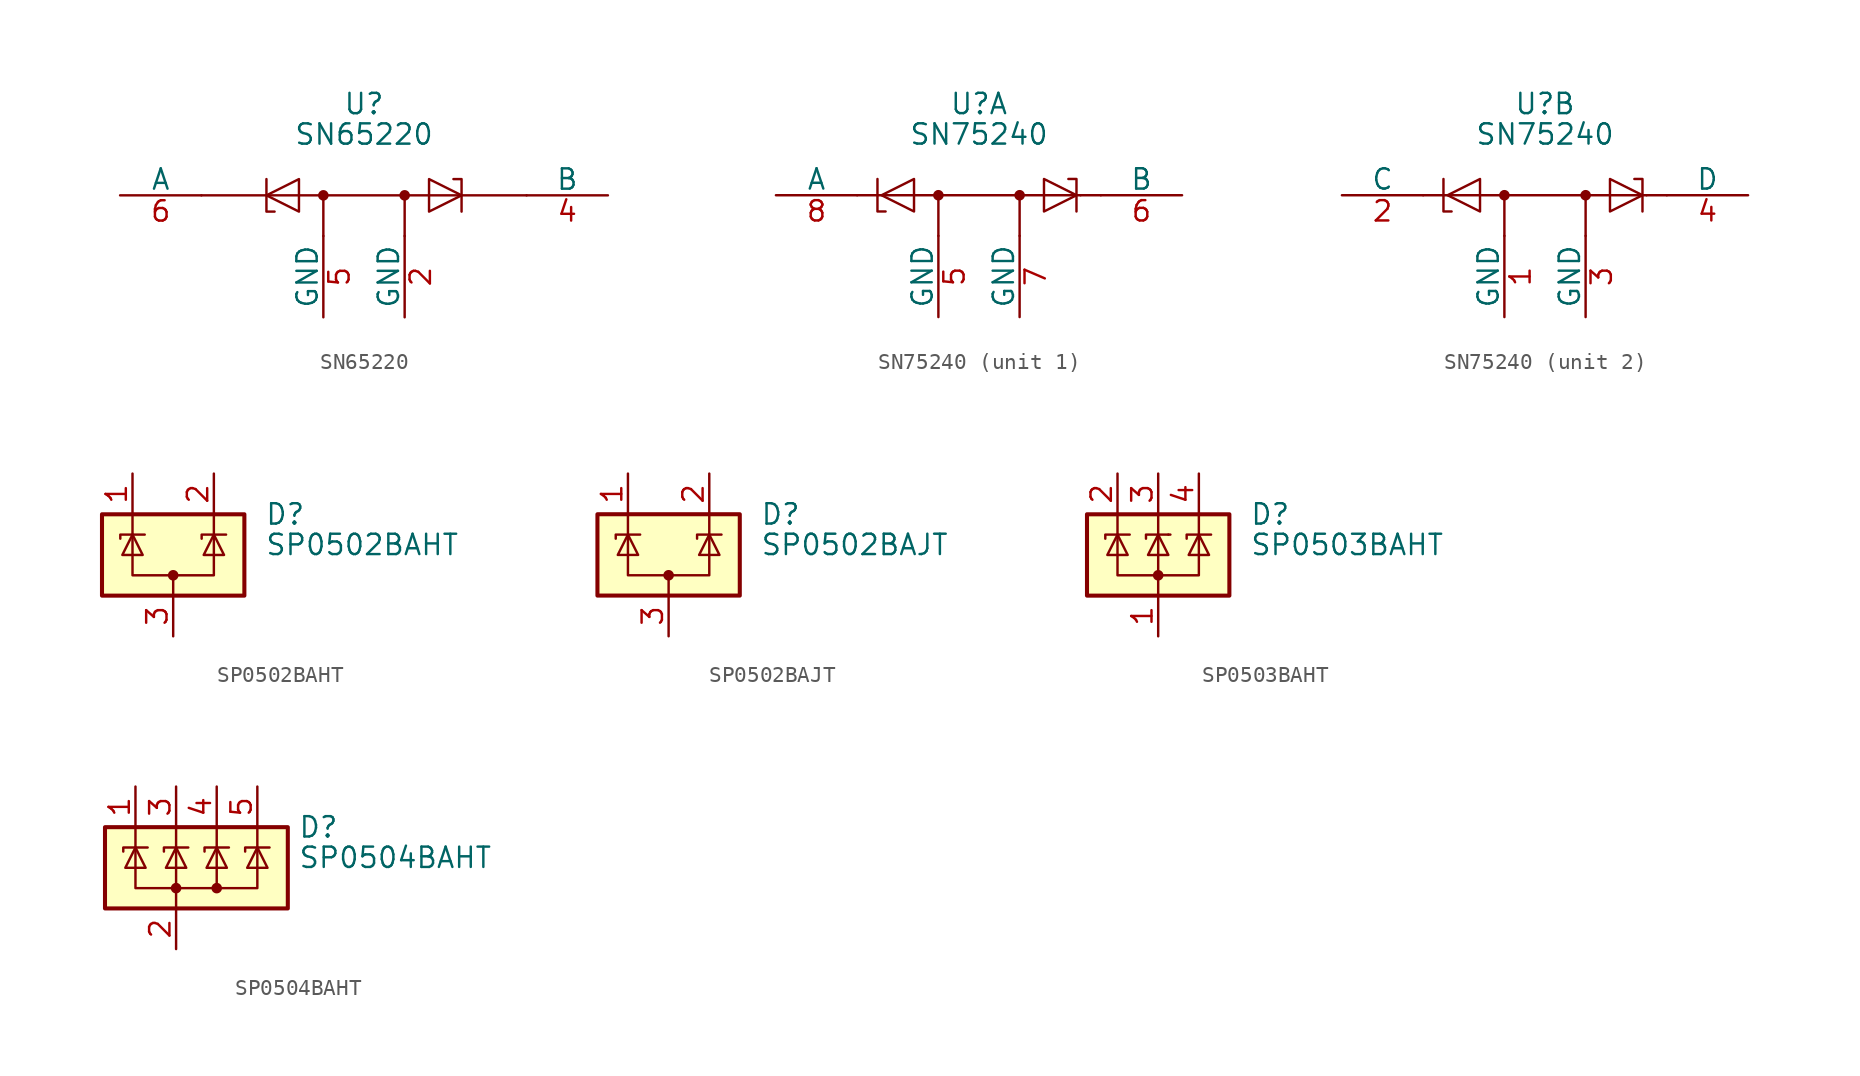
<source format=kicad_sym>
(kicad_symbol_lib
  (version 20201005)
  (generator kicad_symbol_editor)
  (symbol "Power_Protection:SN65220"
    (pin_names
      (offset 0))
    (property "Reference" "U"
      (at 0 5.715 0)
      (effects (font (size 1.27 1.27))))
    (property "Value" "SN65220"
      (at 0 3.81 0)
      (effects (font (size 1.27 1.27))))
    (symbol "SN65220_0_1"
      (circle (center -2.54 0) (radius 0.254) (stroke (width 0)) (fill (type outline)))
      (circle (center 2.54 0) (radius 0.254) (stroke (width 0)) (fill (type outline)))
      (polyline (pts (xy -2.54 -2.54) (xy -2.54 0)) (stroke (width 0)) (fill (type none)))
      (polyline (pts (xy 2.54 -2.54) (xy 2.54 0)) (stroke (width 0)) (fill (type none)))
      (polyline (pts (xy 10.16 0) (xy -10.16 0)) (stroke (width 0)) (fill (type none)))
      (polyline (pts (xy -5.588 -1.016) (xy -6.096 -1.016) (xy -6.096 1.016)) (stroke (width 0)) (fill (type none)))
      (polyline (pts (xy 5.588 1.016) (xy 6.096 1.016) (xy 6.096 -1.016)) (stroke (width 0)) (fill (type none)))
      (polyline (pts (xy -6.096 0) (xy -4.064 1.016) (xy -4.064 -1.016) (xy -6.096 0)) (stroke (width 0)) (fill (type none)))
      (polyline (pts (xy 6.096 0) (xy 4.064 1.016) (xy 4.064 -1.016) (xy 6.096 0)) (stroke (width 0)) (fill (type none))))
    (symbol "SN65220_1_1"
      (pin no_connect line (at 2.54 0 180) (length 2.54) hide (name "~" (effects (font (size 1.27 1.27)))) (number "1" (effects (font (size 1.27 1.27)))))
      (pin passive line (at 2.54 -7.62 90) (length 5.08) (name "GND" (effects (font (size 1.27 1.27)))) (number "2" (effects (font (size 1.27 1.27)))))
      (pin no_connect line (at -2.54 0 0) (length 2.54) hide (name "~" (effects (font (size 1.27 1.27)))) (number "3" (effects (font (size 1.27 1.27)))))
      (pin passive line (at 15.24 0 180) (length 5.08) (name "B" (effects (font (size 1.27 1.27)))) (number "4" (effects (font (size 1.27 1.27)))))
      (pin passive line (at -2.54 -7.62 90) (length 5.08) (name "GND" (effects (font (size 1.27 1.27)))) (number "5" (effects (font (size 1.27 1.27)))))
      (pin passive line (at -15.24 0 0) (length 5.08) (name "A" (effects (font (size 1.27 1.27)))) (number "6" (effects (font (size 1.27 1.27)))))))
  (symbol "Power_Protection:SN75240"
    (pin_names
      (offset 0))
    (property "Reference" "U"
      (at 0 5.715 0)
      (effects (font (size 1.27 1.27))))
    (property "Value" "SN75240"
      (at 0 3.81 0)
      (effects (font (size 1.27 1.27))))
    (property "ki_locked" ""
      (at 0 0 0)
      (effects (font (size 1.27 1.27))))
    (symbol "SN75240_0_0"
      (polyline (pts (xy -7.62 0) (xy -6.35 0)) (stroke (width 0)) (fill (type none)))
      (polyline (pts (xy -6.35 0) (xy 6.35 0)) (stroke (width 0)) (fill (type none)))
      (polyline (pts (xy -2.54 -2.54) (xy -2.54 0)) (stroke (width 0)) (fill (type none)))
      (polyline (pts (xy 2.54 -2.54) (xy 2.54 0)) (stroke (width 0)) (fill (type none)))
      (polyline (pts (xy 6.35 0) (xy 7.62 0)) (stroke (width 0)) (fill (type none)))
      (polyline (pts (xy 6.096 -1.016) (xy 6.096 1.016) (xy 5.588 1.016)) (stroke (width 0)) (fill (type none)))
      (polyline (pts (xy -6.096 0) (xy -4.064 1.016) (xy -4.064 -1.016) (xy -6.096 0)) (stroke (width 0)) (fill (type none)))
      (polyline (pts (xy -5.842 -1.016) (xy -6.35 -1.016) (xy -6.35 0.762) (xy -6.35 1.016)) (stroke (width 0)) (fill (type none)))
      (polyline (pts (xy 4.064 1.016) (xy 4.064 -1.016) (xy 6.096 0) (xy 4.064 1.016)) (stroke (width 0)) (fill (type none))))
    (symbol "SN75240_0_1"
      (circle (center -2.54 0) (radius 0.254) (stroke (width 0)) (fill (type outline)))
      (circle (center 2.54 0) (radius 0.254) (stroke (width 0)) (fill (type outline))))
    (symbol "SN75240_1_1"
      (pin passive line (at -2.54 -7.62 90) (length 5.08) (name "GND" (effects (font (size 1.27 1.27)))) (number "5" (effects (font (size 1.27 1.27)))))
      (pin passive line (at 12.7 0 180) (length 5.08) (name "B" (effects (font (size 1.27 1.27)))) (number "6" (effects (font (size 1.27 1.27)))))
      (pin passive line (at 2.54 -7.62 90) (length 5.08) (name "GND" (effects (font (size 1.27 1.27)))) (number "7" (effects (font (size 1.27 1.27)))))
      (pin passive line (at -12.7 0 0) (length 5.08) (name "A" (effects (font (size 1.27 1.27)))) (number "8" (effects (font (size 1.27 1.27))))))
    (symbol "SN75240_2_1"
      (pin power_in line (at -2.54 -7.62 90) (length 5.08) (name "GND" (effects (font (size 1.27 1.27)))) (number "1" (effects (font (size 1.27 1.27)))))
      (pin input line (at -12.7 0 0) (length 5.08) (name "C" (effects (font (size 1.27 1.27)))) (number "2" (effects (font (size 1.27 1.27)))))
      (pin power_in line (at 2.54 -7.62 90) (length 5.08) (name "GND" (effects (font (size 1.27 1.27)))) (number "3" (effects (font (size 1.27 1.27)))))
      (pin input line (at 12.7 0 180) (length 5.08) (name "D" (effects (font (size 1.27 1.27)))) (number "4" (effects (font (size 1.27 1.27)))))))
  (symbol "Power_Protection:SP0502BAHT"
    (pin_names hide)
    (property "Reference" "D"
      (at 5.715 2.54 0)
      (effects (font (size 1.27 1.27)) (justify left)))
    (property "Value" "SP0502BAHT"
      (at 5.715 0.635 0)
      (effects (font (size 1.27 1.27)) (justify left)))
    (symbol "SP0502BAHT_0_0"
      (pin passive line (at 0 -5.08 90) (length 2.54) (name "A" (effects (font (size 1.27 1.27)))) (number "3" (effects (font (size 1.27 1.27))))))
    (symbol "SP0502BAHT_0_1"
      (circle (center 0 -1.27) (radius 0.254) (stroke (width 0)) (fill (type outline)))
      (rectangle (start -4.445 2.54) (end 4.445 -2.54) (stroke (width 0.254)) (fill (type background)))
      (polyline (pts (xy -2.54 2.54) (xy -2.54 1.27)) (stroke (width 0)) (fill (type none)))
      (polyline (pts (xy 0 -1.27) (xy 0 -2.54)) (stroke (width 0)) (fill (type none)))
      (polyline (pts (xy 2.54 2.54) (xy 2.54 1.27)) (stroke (width 0)) (fill (type none)))
      (polyline (pts (xy -3.302 1.016) (xy -3.302 1.27) (xy -1.905 1.27) (xy -1.778 1.27)) (stroke (width 0)) (fill (type none)))
      (polyline (pts (xy -2.54 1.27) (xy -2.54 -1.27) (xy 2.54 -1.27) (xy 2.54 1.27)) (stroke (width 0)) (fill (type none)))
      (polyline (pts (xy -2.54 1.27) (xy -1.905 0) (xy -3.175 0) (xy -2.54 1.27)) (stroke (width 0)) (fill (type none)))
      (polyline (pts (xy 1.778 1.016) (xy 1.778 1.27) (xy 3.175 1.27) (xy 3.302 1.27)) (stroke (width 0)) (fill (type none)))
      (polyline (pts (xy 2.54 1.27) (xy 1.905 0) (xy 3.175 0) (xy 2.54 1.27)) (stroke (width 0)) (fill (type none))))
    (symbol "SP0502BAHT_1_1"
      (pin passive line (at -2.54 5.08 270) (length 2.54) (name "K" (effects (font (size 1.27 1.27)))) (number "1" (effects (font (size 1.27 1.27)))))
      (pin passive line (at 2.54 5.08 270) (length 2.54) (name "K" (effects (font (size 1.27 1.27)))) (number "2" (effects (font (size 1.27 1.27)))))))
  (symbol "Power_Protection:SP0502BAJT"
    (pin_names hide)
    (property "Reference" "D"
      (at 5.715 2.54 0)
      (effects (font (size 1.27 1.27)) (justify left)))
    (property "Value" "SP0502BAJT"
      (at 5.715 0.635 0)
      (effects (font (size 1.27 1.27)) (justify left)))
    (symbol "SP0502BAJT_0_0"
      (pin passive line (at 0 -5.08 90) (length 2.54) (name "A" (effects (font (size 1.27 1.27)))) (number "3" (effects (font (size 1.27 1.27))))))
    (symbol "SP0502BAJT_0_1"
      (circle (center 0 -1.27) (radius 0.254) (stroke (width 0)) (fill (type outline)))
      (rectangle (start -4.445 2.54) (end 4.445 -2.54) (stroke (width 0.254)) (fill (type background)))
      (polyline (pts (xy -2.54 2.54) (xy -2.54 1.27)) (stroke (width 0)) (fill (type none)))
      (polyline (pts (xy 0 -1.27) (xy 0 -2.54)) (stroke (width 0)) (fill (type none)))
      (polyline (pts (xy 2.54 2.54) (xy 2.54 1.27)) (stroke (width 0)) (fill (type none)))
      (polyline (pts (xy -3.302 1.016) (xy -3.302 1.27) (xy -1.905 1.27) (xy -1.778 1.27)) (stroke (width 0)) (fill (type none)))
      (polyline (pts (xy -2.54 1.27) (xy -2.54 -1.27) (xy 2.54 -1.27) (xy 2.54 1.27)) (stroke (width 0)) (fill (type none)))
      (polyline (pts (xy -2.54 1.27) (xy -1.905 0) (xy -3.175 0) (xy -2.54 1.27)) (stroke (width 0)) (fill (type none)))
      (polyline (pts (xy 1.778 1.016) (xy 1.778 1.27) (xy 3.175 1.27) (xy 3.302 1.27)) (stroke (width 0)) (fill (type none)))
      (polyline (pts (xy 2.54 1.27) (xy 1.905 0) (xy 3.175 0) (xy 2.54 1.27)) (stroke (width 0)) (fill (type none))))
    (symbol "SP0502BAJT_1_1"
      (pin passive line (at -2.54 5.08 270) (length 2.54) (name "K" (effects (font (size 1.27 1.27)))) (number "1" (effects (font (size 1.27 1.27)))))
      (pin passive line (at 2.54 5.08 270) (length 2.54) (name "K" (effects (font (size 1.27 1.27)))) (number "2" (effects (font (size 1.27 1.27)))))))
  (symbol "Power_Protection:SP0503BAHT"
    (pin_names hide)
    (property "Reference" "D"
      (at 5.715 2.54 0)
      (effects (font (size 1.27 1.27)) (justify left)))
    (property "Value" "SP0503BAHT"
      (at 5.715 0.635 0)
      (effects (font (size 1.27 1.27)) (justify left)))
    (symbol "SP0503BAHT_0_0"
      (pin passive line (at 0 -5.08 90) (length 2.54) (name "A" (effects (font (size 1.27 1.27)))) (number "1" (effects (font (size 1.27 1.27))))))
    (symbol "SP0503BAHT_0_1"
      (circle (center 0 -1.27) (radius 0.254) (stroke (width 0)) (fill (type outline)))
      (rectangle (start -4.445 2.54) (end 4.445 -2.54) (stroke (width 0.254)) (fill (type background)))
      (polyline (pts (xy -2.54 2.54) (xy -2.54 1.27)) (stroke (width 0)) (fill (type none)))
      (polyline (pts (xy 0 -1.27) (xy 0 -2.54)) (stroke (width 0)) (fill (type none)))
      (polyline (pts (xy 0 -1.27) (xy 0 1.27)) (stroke (width 0)) (fill (type none)))
      (polyline (pts (xy 0 2.54) (xy 0 1.27)) (stroke (width 0)) (fill (type none)))
      (polyline (pts (xy 0.635 1.27) (xy 0.762 1.27)) (stroke (width 0)) (fill (type none)))
      (polyline (pts (xy 2.54 2.54) (xy 2.54 1.27)) (stroke (width 0)) (fill (type none)))
      (polyline (pts (xy 0.635 1.27) (xy -0.762 1.27) (xy -0.762 1.016)) (stroke (width 0)) (fill (type none)))
      (polyline (pts (xy -3.302 1.016) (xy -3.302 1.27) (xy -1.905 1.27) (xy -1.778 1.27)) (stroke (width 0)) (fill (type none)))
      (polyline (pts (xy -2.54 1.27) (xy -2.54 -1.27) (xy 2.54 -1.27) (xy 2.54 1.27)) (stroke (width 0)) (fill (type none)))
      (polyline (pts (xy -2.54 1.27) (xy -1.905 0) (xy -3.175 0) (xy -2.54 1.27)) (stroke (width 0)) (fill (type none)))
      (polyline (pts (xy 0.635 0) (xy -0.635 0) (xy 0 1.27) (xy 0.635 0)) (stroke (width 0)) (fill (type none)))
      (polyline (pts (xy 1.778 1.016) (xy 1.778 1.27) (xy 3.175 1.27) (xy 3.302 1.27)) (stroke (width 0)) (fill (type none)))
      (polyline (pts (xy 2.54 1.27) (xy 1.905 0) (xy 3.175 0) (xy 2.54 1.27)) (stroke (width 0)) (fill (type none))))
    (symbol "SP0503BAHT_1_1"
      (pin passive line (at -2.54 5.08 270) (length 2.54) (name "K" (effects (font (size 1.27 1.27)))) (number "2" (effects (font (size 1.27 1.27)))))
      (pin passive line (at 0 5.08 270) (length 2.54) (name "K" (effects (font (size 1.27 1.27)))) (number "3" (effects (font (size 1.27 1.27)))))
      (pin passive line (at 2.54 5.08 270) (length 2.54) (name "K" (effects (font (size 1.27 1.27)))) (number "4" (effects (font (size 1.27 1.27)))))))
  (symbol "Power_Protection:SP0504BAHT"
    (pin_names hide)
    (property "Reference" "D"
      (at 7.62 2.54 0)
      (effects (font (size 1.27 1.27)) (justify left)))
    (property "Value" "SP0504BAHT"
      (at 7.62 0.635 0)
      (effects (font (size 1.27 1.27)) (justify left)))
    (symbol "SP0504BAHT_0_0"
      (pin passive line (at 0 -5.08 90) (length 2.54) (name "A" (effects (font (size 1.27 1.27)))) (number "2" (effects (font (size 1.27 1.27))))))
    (symbol "SP0504BAHT_0_1"
      (circle (center 0 -1.27) (radius 0.254) (stroke (width 0)) (fill (type outline)))
      (circle (center 2.54 -1.27) (radius 0.254) (stroke (width 0)) (fill (type outline)))
      (rectangle (start -4.445 2.54) (end 6.985 -2.54) (stroke (width 0.254)) (fill (type background)))
      (polyline (pts (xy -2.54 2.54) (xy -2.54 1.27)) (stroke (width 0)) (fill (type none)))
      (polyline (pts (xy 0 -1.27) (xy 0 -2.54)) (stroke (width 0)) (fill (type none)))
      (polyline (pts (xy 0 -1.27) (xy 0 1.27)) (stroke (width 0)) (fill (type none)))
      (polyline (pts (xy 0 2.54) (xy 0 1.27)) (stroke (width 0)) (fill (type none)))
      (polyline (pts (xy 2.54 2.54) (xy 2.54 1.27)) (stroke (width 0)) (fill (type none)))
      (polyline (pts (xy 5.08 2.54) (xy 5.08 1.27)) (stroke (width 0)) (fill (type none)))
      (polyline (pts (xy -3.302 1.016) (xy -3.302 1.27) (xy -1.778 1.27)) (stroke (width 0)) (fill (type none)))
      (polyline (pts (xy 0.762 1.27) (xy -0.762 1.27) (xy -0.762 1.016)) (stroke (width 0)) (fill (type none)))
      (polyline (pts (xy 5.08 1.27) (xy 5.08 -1.27) (xy 2.54 -1.27)) (stroke (width 0)) (fill (type none)))
      (polyline (pts (xy -2.54 1.27) (xy -2.54 -1.27) (xy 2.54 -1.27) (xy 2.54 1.27)) (stroke (width 0)) (fill (type none)))
      (polyline (pts (xy -2.54 1.27) (xy -1.905 0) (xy -3.175 0) (xy -2.54 1.27)) (stroke (width 0)) (fill (type none)))
      (polyline (pts (xy 0.635 0) (xy -0.635 0) (xy 0 1.27) (xy 0.635 0)) (stroke (width 0)) (fill (type none)))
      (polyline (pts (xy 1.778 1.016) (xy 1.778 1.27) (xy 3.175 1.27) (xy 3.302 1.27)) (stroke (width 0)) (fill (type none)))
      (polyline (pts (xy 2.54 1.27) (xy 1.905 0) (xy 3.175 0) (xy 2.54 1.27)) (stroke (width 0)) (fill (type none)))
      (polyline (pts (xy 4.318 1.016) (xy 4.318 1.27) (xy 5.715 1.27) (xy 5.842 1.27)) (stroke (width 0)) (fill (type none)))
      (polyline (pts (xy 5.08 1.27) (xy 4.445 0) (xy 5.715 0) (xy 5.08 1.27)) (stroke (width 0)) (fill (type none))))
    (symbol "SP0504BAHT_1_1"
      (pin passive line (at -2.54 5.08 270) (length 2.54) (name "K" (effects (font (size 1.27 1.27)))) (number "1" (effects (font (size 1.27 1.27)))))
      (pin passive line (at 0 5.08 270) (length 2.54) (name "K" (effects (font (size 1.27 1.27)))) (number "3" (effects (font (size 1.27 1.27)))))
      (pin passive line (at 2.54 5.08 270) (length 2.54) (name "K" (effects (font (size 1.27 1.27)))) (number "4" (effects (font (size 1.27 1.27)))))
      (pin passive line (at 5.08 5.08 270) (length 2.54) (name "K" (effects (font (size 1.27 1.27)))) (number "5" (effects (font (size 1.27 1.27))))))))
</source>
